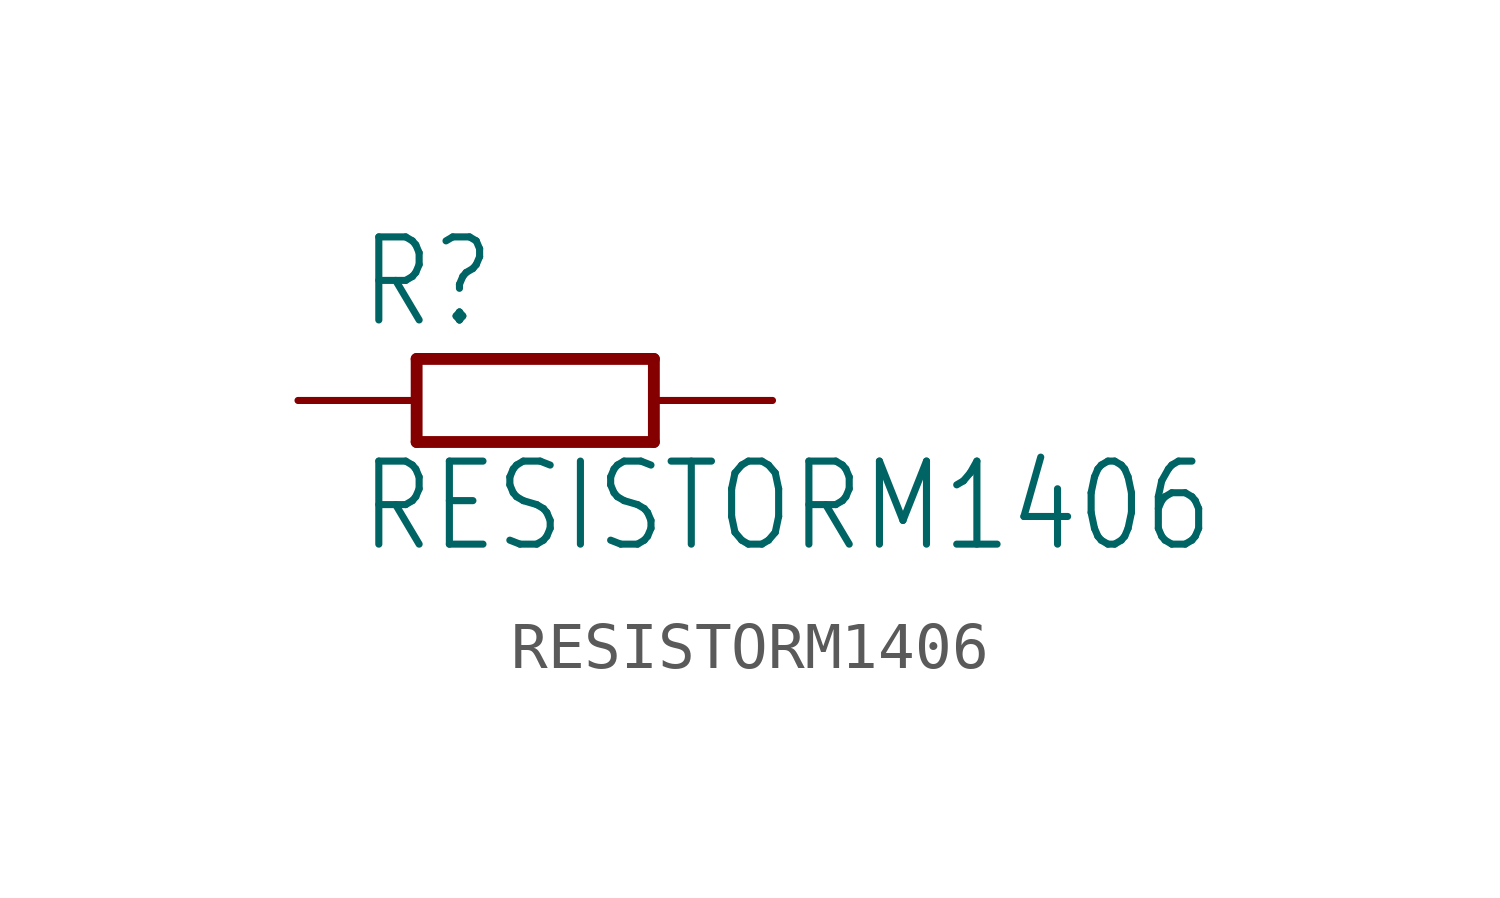
<source format=kicad_sym>
(kicad_symbol_lib
  (version 20211014)
  (generator kicad_symbol_editor)
  (symbol "RESISTORM1406"
    (property "Reference" "R"
      (at -3.81 1.499 0)
      (effects (font (size 1.778 1.511)) (justify left bottom)))
    (property "Value" "RESISTORM1406"
      (at -3.81 -3.302 0)
      (effects (font (size 1.778 1.511)) (justify left bottom)))
    (property "ki_locked" ""
      (at 0 0 0)
      (effects (font (size 1.27 1.27))))
    (symbol "RESISTORM1406_1_0"
      (polyline (pts (xy -2.54 -0.889) (xy -2.54 0.889)) (stroke (width 0.254) (type default) (color 0 0 0 0)) (fill (type none)))
      (polyline (pts (xy -2.54 -0.889) (xy 2.54 -0.889)) (stroke (width 0.254) (type default) (color 0 0 0 0)) (fill (type none)))
      (polyline (pts (xy 2.54 -0.889) (xy 2.54 0.889)) (stroke (width 0.254) (type default) (color 0 0 0 0)) (fill (type none)))
      (polyline (pts (xy 2.54 0.889) (xy -2.54 0.889)) (stroke (width 0.254) (type default) (color 0 0 0 0)) (fill (type none)))
      (pin passive line (at -5.08 0 0) (length 2.54) (name "1" (effects (font (size 0 0)))) (number "1" (effects (font (size 0 0)))))
      (pin passive line (at 5.08 0 180) (length 2.54) (name "2" (effects (font (size 0 0)))) (number "2" (effects (font (size 0 0))))))))
</source>
